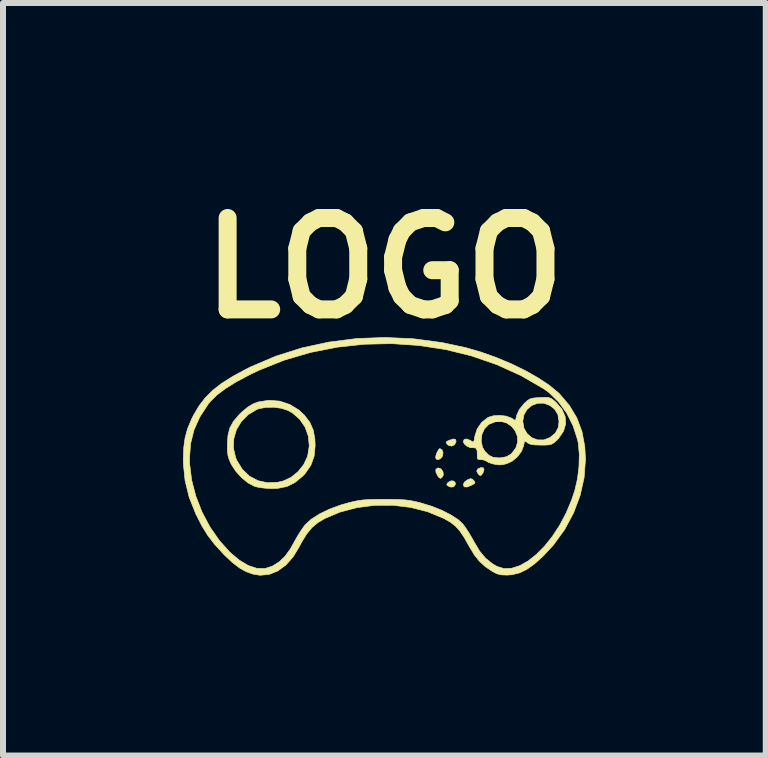
<source format=kicad_pcb>
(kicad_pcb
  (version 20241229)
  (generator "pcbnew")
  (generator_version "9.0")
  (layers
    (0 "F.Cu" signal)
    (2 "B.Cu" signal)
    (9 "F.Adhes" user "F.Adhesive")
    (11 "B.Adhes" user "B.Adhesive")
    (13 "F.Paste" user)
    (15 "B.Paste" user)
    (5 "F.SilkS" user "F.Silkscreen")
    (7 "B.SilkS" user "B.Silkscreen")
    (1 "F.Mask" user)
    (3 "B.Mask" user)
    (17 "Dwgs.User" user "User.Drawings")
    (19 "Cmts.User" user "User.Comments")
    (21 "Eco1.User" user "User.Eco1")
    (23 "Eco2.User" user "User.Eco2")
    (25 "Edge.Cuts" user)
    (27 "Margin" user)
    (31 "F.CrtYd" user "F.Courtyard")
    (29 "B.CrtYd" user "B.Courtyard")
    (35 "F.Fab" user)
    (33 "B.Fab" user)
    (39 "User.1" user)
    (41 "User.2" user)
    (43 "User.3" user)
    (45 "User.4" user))
  (footprint "LOGO"
    (layer "F.Cu")
    (at 3.357 4.542)
    (property "Reference" "LOGO" (at 0 -3.124 0) (layer "F.SilkS") (effects (font (size 1.524 1.524) (thickness 0.3))))
    (attr through_hole)
    (fp_poly (pts (xy 1.155 0.426) (xy 1.182 0.454) (xy 1.183 0.485) (xy 1.154 0.523) (xy 1.103 0.527) (xy 1.061 0.508) (xy 1.039 0.487) (xy 1.052 0.461) (xy 1.064 0.448) (xy 1.11 0.423) (xy 1.155 0.426)) (stroke (width 0.01) (type solid)) (fill yes) (layer "F.SilkS"))
    (fp_poly (pts (xy 1.65 0.206) (xy 1.662 0.238) (xy 1.644 0.289) (xy 1.631 0.309) (xy 1.607 0.336) (xy 1.584 0.328) (xy 1.563 0.307) (xy 1.539 0.26) (xy 1.559 0.223) (xy 1.609 0.202) (xy 1.65 0.206)) (stroke (width 0.01) (type solid)) (fill yes) (layer "F.SilkS"))
    (fp_poly (pts (xy 0.948 0.227) (xy 0.978 0.273) (xy 0.983 0.326) (xy 0.964 0.361) (xy 0.936 0.382) (xy 0.912 0.37) (xy 0.891 0.343) (xy 0.859 0.279) (xy 0.858 0.232) (xy 0.888 0.209) (xy 0.9 0.208) (xy 0.948 0.227)) (stroke (width 0.01) (type solid)) (fill yes) (layer "F.SilkS"))
    (fp_poly (pts (xy 0.96 -0.096) (xy 0.978 -0.049) (xy 0.97 0.009) (xy 0.941 0.049) (xy 0.902 0.069) (xy 0.868 0.065) (xy 0.854 0.036) (xy 0.862 -0.01) (xy 0.883 -0.062) (xy 0.908 -0.103) (xy 0.924 -0.115) (xy 0.96 -0.096)) (stroke (width 0.01) (type solid)) (fill yes) (layer "F.SilkS"))
    (fp_poly (pts (xy 1.187 -0.268) (xy 1.196 -0.229) (xy 1.195 -0.227) (xy 1.169 -0.178) (xy 1.121 -0.156) (xy 1.069 -0.168) (xy 1.052 -0.182) (xy 1.029 -0.213) (xy 1.041 -0.234) (xy 1.074 -0.25) (xy 1.147 -0.275) (xy 1.187 -0.268)) (stroke (width 0.01) (type solid)) (fill yes) (layer "F.SilkS"))
    (fp_poly (pts (xy 1.463 0.392) (xy 1.489 0.416) (xy 1.511 0.446) (xy 1.503 0.467) (xy 1.459 0.493) (xy 1.457 0.494) (xy 1.379 0.526) (xy 1.331 0.523) (xy 1.315 0.487) (xy 1.315 0.486) (xy 1.335 0.443) (xy 1.383 0.408) (xy 1.432 0.387) (xy 1.463 0.392)) (stroke (width 0.01) (type solid)) (fill yes) (layer "F.SilkS"))
    (fp_poly (pts (xy -1.747 -0.906) (xy -1.577 -0.85) (xy -1.423 -0.756) (xy -1.33 -0.668) (xy -1.241 -0.549) (xy -1.185 -0.421) (xy -1.158 -0.271) (xy -1.154 -0.163) (xy -1.171 0.012) (xy -1.225 0.163) (xy -1.318 0.298) (xy -1.365 0.348) (xy -1.492 0.452) (xy -1.624 0.517) (xy -1.775 0.548) (xy -1.88 0.552) (xy -1.983 0.546) (xy -2.083 0.534) (xy -2.157 0.517) (xy -2.162 0.516) (xy -2.271 0.459) (xy -2.38 0.37) (xy -2.478 0.262) (xy -2.553 0.146) (xy -2.554 0.143) (xy -2.587 0.068) (xy -2.607 0.001) (xy -2.616 -0.075) (xy -2.616 -0.121) (xy -2.516 -0.121) (xy -2.479 0.036) (xy -2.46 0.081) (xy -2.368 0.231) (xy -2.249 0.345) (xy -2.108 0.42) (xy -1.95 0.455) (xy -1.779 0.447) (xy -1.685 0.425) (xy -1.556 0.365) (xy -1.439 0.27) (xy -1.344 0.151) (xy -1.282 0.019) (xy -1.279 0.011) (xy -1.252 -0.157) (xy -1.267 -0.32) (xy -1.321 -0.471) (xy -1.411 -0.603) (xy -1.534 -0.71) (xy -1.606 -0.75) (xy -1.716 -0.786) (xy -1.846 -0.804) (xy -1.979 -0.801) (xy -2.095 -0.779) (xy -2.126 -0.767) (xy -2.271 -0.68) (xy -2.385 -0.565) (xy -2.466 -0.429) (xy -2.51 -0.279) (xy -2.516 -0.121) (xy -2.616 -0.121) (xy -2.617 -0.18) (xy -2.617 -0.185) (xy -2.607 -0.336) (xy -2.575 -0.46) (xy -2.515 -0.57) (xy -2.421 -0.679) (xy -2.373 -0.726) (xy -2.276 -0.807) (xy -2.188 -0.86) (xy -2.106 -0.891) (xy -1.926 -0.92) (xy -1.747 -0.906)) (stroke (width 0.01) (type solid)) (fill yes) (layer "F.SilkS"))
    (fp_poly (pts (xy 2.739 -0.965) (xy 2.781 -0.95) (xy 2.824 -0.918) (xy 2.861 -0.885) (xy 2.96 -0.771) (xy 3.013 -0.65) (xy 3.022 -0.527) (xy 2.986 -0.404) (xy 2.905 -0.286) (xy 2.874 -0.254) (xy 2.829 -0.213) (xy 2.79 -0.189) (xy 2.743 -0.177) (xy 2.673 -0.173) (xy 2.608 -0.173) (xy 2.507 -0.176) (xy 2.44 -0.185) (xy 2.397 -0.203) (xy 2.382 -0.214) (xy 2.352 -0.238) (xy 2.337 -0.233) (xy 2.326 -0.192) (xy 2.321 -0.163) (xy 2.286 -0.069) (xy 2.218 0.022) (xy 2.13 0.095) (xy 2.042 0.136) (xy 1.967 0.154) (xy 1.907 0.157) (xy 1.839 0.147) (xy 1.803 0.139) (xy 1.743 0.119) (xy 1.702 0.096) (xy 1.7 0.095) (xy 1.66 0.076) (xy 1.609 0.069) (xy 1.563 0.065) (xy 1.548 0.041) (xy 1.549 -0.006) (xy 1.546 -0.082) (xy 1.524 -0.124) (xy 1.485 -0.129) (xy 1.484 -0.129) (xy 1.435 -0.129) (xy 1.378 -0.154) (xy 1.332 -0.193) (xy 1.315 -0.231) (xy 1.331 -0.268) (xy 1.374 -0.275) (xy 1.433 -0.251) (xy 1.445 -0.243) (xy 1.474 -0.226) (xy 1.491 -0.232) (xy 1.493 -0.241) (xy 1.614 -0.241) (xy 1.635 -0.138) (xy 1.676 -0.069) (xy 1.744 -0.002) (xy 1.814 0.031) (xy 1.903 0.04) (xy 1.945 0.038) (xy 2.035 0.021) (xy 2.103 -0.018) (xy 2.124 -0.036) (xy 2.192 -0.127) (xy 2.222 -0.224) (xy 2.217 -0.319) (xy 2.182 -0.408) (xy 2.123 -0.483) (xy 2.045 -0.538) (xy 1.954 -0.567) (xy 1.853 -0.563) (xy 1.748 -0.521) (xy 1.737 -0.514) (xy 1.667 -0.442) (xy 1.625 -0.347) (xy 1.614 -0.241) (xy 1.493 -0.241) (xy 1.501 -0.269) (xy 1.509 -0.324) (xy 1.547 -0.443) (xy 1.621 -0.55) (xy 1.646 -0.57) (xy 2.307 -0.57) (xy 2.326 -0.456) (xy 2.379 -0.364) (xy 2.457 -0.296) (xy 2.552 -0.26) (xy 2.656 -0.259) (xy 2.76 -0.298) (xy 2.761 -0.299) (xy 2.85 -0.373) (xy 2.899 -0.467) (xy 2.911 -0.565) (xy 2.893 -0.68) (xy 2.839 -0.77) (xy 2.761 -0.832) (xy 2.658 -0.871) (xy 2.554 -0.87) (xy 2.458 -0.834) (xy 2.379 -0.768) (xy 2.326 -0.677) (xy 2.307 -0.57) (xy 1.646 -0.57) (xy 1.722 -0.63) (xy 1.733 -0.636) (xy 1.819 -0.662) (xy 1.924 -0.668) (xy 2.029 -0.656) (xy 2.112 -0.626) (xy 2.113 -0.626) (xy 2.184 -0.582) (xy 2.209 -0.678) (xy 2.252 -0.77) (xy 2.327 -0.862) (xy 2.329 -0.865) (xy 2.381 -0.913) (xy 2.425 -0.941) (xy 2.477 -0.956) (xy 2.552 -0.963) (xy 2.593 -0.965) (xy 2.681 -0.969) (xy 2.739 -0.965)) (stroke (width 0.01) (type solid)) (fill yes) (layer "F.SilkS"))
    (fp_poly (pts (xy 0.486 -1.945) (xy 0.96 -1.882) (xy 1.35 -1.799) (xy 1.606 -1.725) (xy 1.863 -1.634) (xy 2.114 -1.529) (xy 2.35 -1.414) (xy 2.564 -1.293) (xy 2.749 -1.17) (xy 2.897 -1.048) (xy 2.919 -1.027) (xy 3.084 -0.834) (xy 3.209 -0.625) (xy 3.294 -0.397) (xy 3.341 -0.146) (xy 3.352 0.069) (xy 3.329 0.372) (xy 3.262 0.67) (xy 3.153 0.959) (xy 3.005 1.235) (xy 2.819 1.492) (xy 2.646 1.678) (xy 2.503 1.807) (xy 2.374 1.899) (xy 2.251 1.958) (xy 2.127 1.988) (xy 2.042 1.994) (xy 1.947 1.99) (xy 1.873 1.971) (xy 1.799 1.932) (xy 1.681 1.852) (xy 1.585 1.765) (xy 1.501 1.659) (xy 1.419 1.523) (xy 1.406 1.5) (xy 1.327 1.361) (xy 1.256 1.257) (xy 1.184 1.177) (xy 1.101 1.113) (xy 1 1.055) (xy 0.987 1.048) (xy 0.722 0.938) (xy 0.438 0.866) (xy 0.142 0.83) (xy -0.159 0.831) (xy -0.455 0.869) (xy -0.74 0.944) (xy -0.988 1.048) (xy -1.108 1.119) (xy -1.208 1.203) (xy -1.296 1.31) (xy -1.381 1.449) (xy -1.417 1.518) (xy -1.522 1.692) (xy -1.643 1.828) (xy -1.778 1.926) (xy -1.922 1.983) (xy -2.073 1.997) (xy -2.193 1.977) (xy -2.307 1.936) (xy -2.416 1.874) (xy -2.53 1.787) (xy -2.657 1.669) (xy -2.69 1.634) (xy -2.83 1.481) (xy -2.944 1.332) (xy -3.044 1.17) (xy -3.141 0.979) (xy -3.143 0.975) (xy -3.254 0.696) (xy -3.322 0.419) (xy -3.351 0.136) (xy -3.352 0.069) (xy -3.351 0.046) (xy -3.248 0.046) (xy -3.246 0.138) (xy -3.213 0.408) (xy -3.143 0.678) (xy -3.04 0.942) (xy -2.908 1.191) (xy -2.751 1.417) (xy -2.574 1.614) (xy -2.419 1.744) (xy -2.268 1.835) (xy -2.124 1.882) (xy -1.988 1.884) (xy -1.868 1.845) (xy -1.754 1.774) (xy -1.657 1.682) (xy -1.569 1.561) (xy -1.511 1.457) (xy -1.454 1.355) (xy -1.392 1.255) (xy -1.334 1.173) (xy -1.316 1.151) (xy -1.218 1.062) (xy -1.081 0.975) (xy -0.914 0.894) (xy -0.725 0.825) (xy -0.611 0.792) (xy -0.517 0.769) (xy -0.434 0.752) (xy -0.351 0.741) (xy -0.255 0.735) (xy -0.136 0.732) (xy 0 0.731) (xy 0.151 0.732) (xy 0.267 0.735) (xy 0.36 0.742) (xy 0.443 0.754) (xy 0.527 0.771) (xy 0.611 0.792) (xy 0.791 0.847) (xy 0.96 0.915) (xy 1.109 0.991) (xy 1.229 1.069) (xy 1.306 1.14) (xy 1.353 1.203) (xy 1.411 1.292) (xy 1.47 1.393) (xy 1.495 1.439) (xy 1.588 1.595) (xy 1.687 1.713) (xy 1.8 1.804) (xy 1.879 1.85) (xy 1.995 1.886) (xy 2.122 1.88) (xy 2.257 1.837) (xy 2.395 1.759) (xy 2.533 1.65) (xy 2.669 1.513) (xy 2.799 1.351) (xy 2.919 1.168) (xy 3.027 0.966) (xy 3.119 0.748) (xy 3.174 0.584) (xy 3.219 0.389) (xy 3.244 0.184) (xy 3.249 -0.017) (xy 3.233 -0.199) (xy 3.22 -0.263) (xy 3.146 -0.493) (xy 3.04 -0.705) (xy 2.905 -0.891) (xy 2.747 -1.046) (xy 2.662 -1.108) (xy 2.28 -1.33) (xy 1.876 -1.513) (xy 1.455 -1.659) (xy 1.019 -1.766) (xy 0.572 -1.834) (xy 0.12 -1.864) (xy -0.334 -1.854) (xy -0.786 -1.805) (xy -1.232 -1.717) (xy -1.668 -1.589) (xy -2.089 -1.421) (xy -2.243 -1.347) (xy -2.467 -1.228) (xy -2.649 -1.115) (xy -2.793 -1.006) (xy -2.903 -0.897) (xy -2.937 -0.855) (xy -3.077 -0.64) (xy -3.174 -0.424) (xy -3.23 -0.198) (xy -3.248 0.046) (xy -3.351 0.046) (xy -3.345 -0.127) (xy -3.322 -0.294) (xy -3.28 -0.448) (xy -3.214 -0.605) (xy -3.181 -0.671) (xy -3.091 -0.824) (xy -2.987 -0.96) (xy -2.862 -1.085) (xy -2.711 -1.203) (xy -2.528 -1.318) (xy -2.308 -1.437) (xy -2.226 -1.478) (xy -1.812 -1.654) (xy -1.377 -1.792) (xy -0.925 -1.89) (xy -0.461 -1.949) (xy 0.011 -1.967) (xy 0.486 -1.945)) (stroke (width 0.01) (type solid)) (fill yes) (layer "F.SilkS")))
  (gr_rect
    (start -3 -3)
    (end 9.714 9.544)
    (stroke (width 0.1) (type default))
    (fill no)
    (layer "Edge.Cuts")))
</source>
